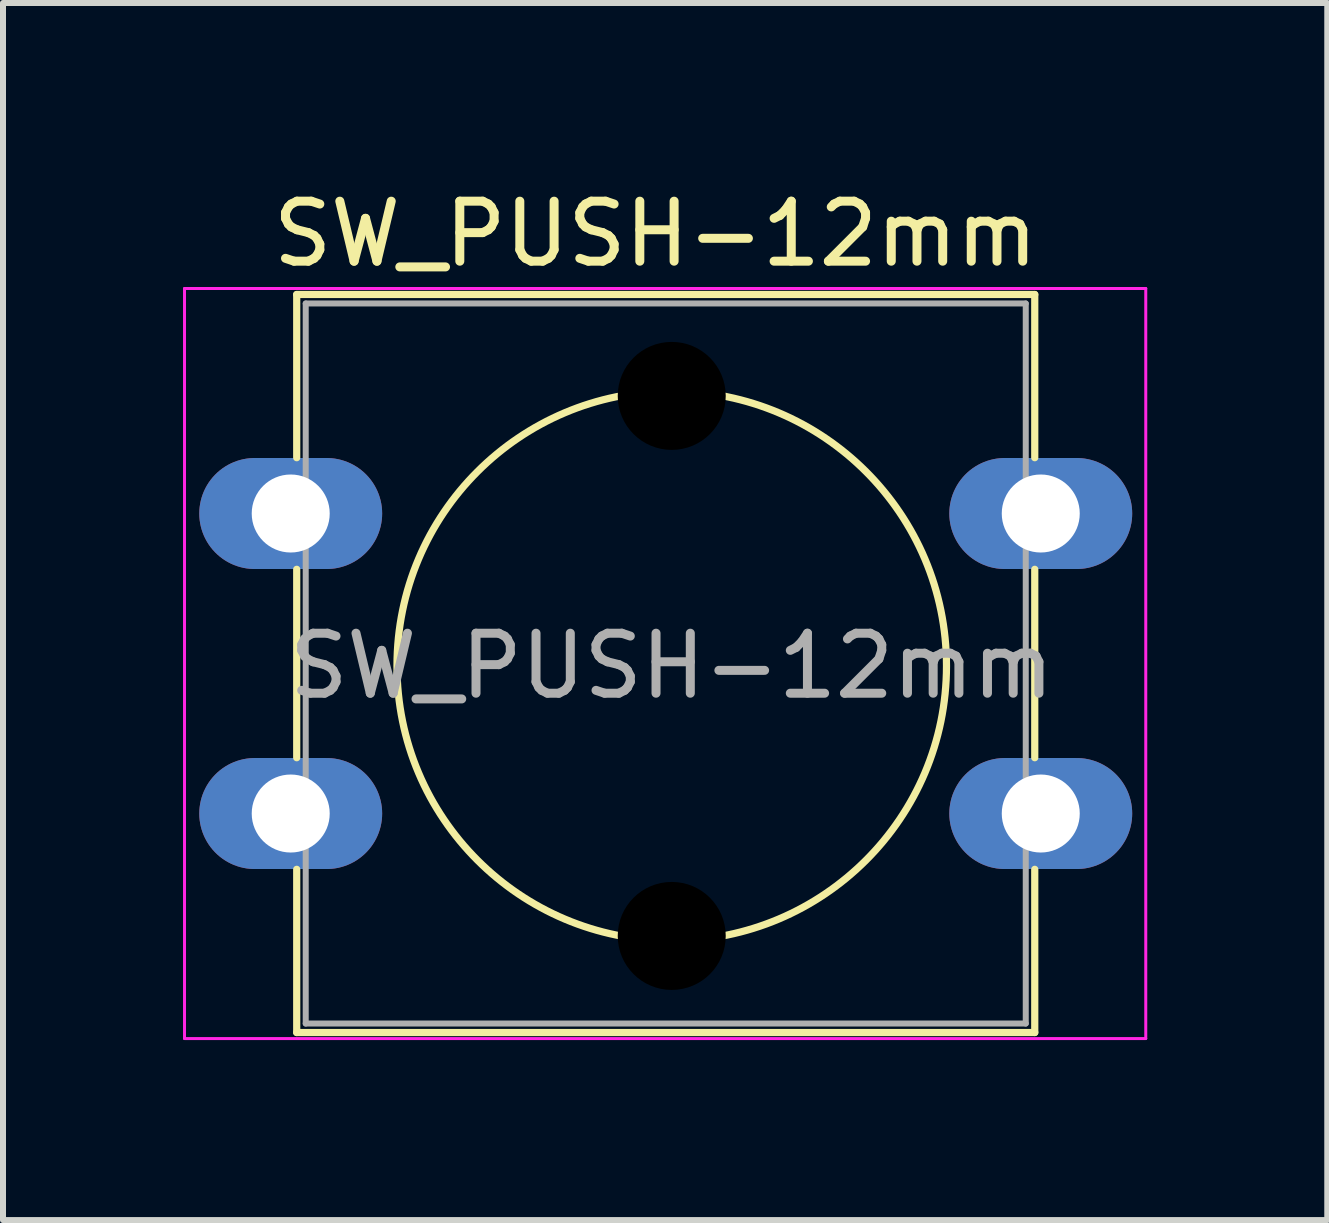
<source format=kicad_pcb>
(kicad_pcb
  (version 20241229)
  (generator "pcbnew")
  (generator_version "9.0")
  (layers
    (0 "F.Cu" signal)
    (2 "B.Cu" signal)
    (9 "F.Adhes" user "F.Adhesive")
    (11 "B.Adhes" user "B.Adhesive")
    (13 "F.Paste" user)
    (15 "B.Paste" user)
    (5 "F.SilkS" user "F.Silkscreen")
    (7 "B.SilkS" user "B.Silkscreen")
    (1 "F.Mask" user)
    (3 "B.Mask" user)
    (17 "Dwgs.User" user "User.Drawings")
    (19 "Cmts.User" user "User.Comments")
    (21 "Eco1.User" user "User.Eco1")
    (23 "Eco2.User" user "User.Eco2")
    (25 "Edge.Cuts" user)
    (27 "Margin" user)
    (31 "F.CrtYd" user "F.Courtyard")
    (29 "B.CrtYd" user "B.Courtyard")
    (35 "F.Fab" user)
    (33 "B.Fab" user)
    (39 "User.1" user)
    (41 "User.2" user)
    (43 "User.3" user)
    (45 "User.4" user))
  (footprint "SW_PUSH-12mm"
    (layer "F.Cu")
    (at 8.145 8.048)
    (property "Reference" "SW_PUSH-12mm" (at -0.27 -7.2 0) (layer "F.SilkS") (effects (font (size 1 1) (thickness 0.15))))
    (attr through_hole)
    (fp_line (start -6.25 -6.19) (end 6.05 -6.19) (stroke (width 0.12) (type solid)) (layer "F.SilkS"))
    (fp_line (start -6.25 -3.47) (end -6.25 -6.19) (stroke (width 0.12) (type solid)) (layer "F.SilkS"))
    (fp_line (start -6.25 1.53) (end -6.25 -1.61) (stroke (width 0.12) (type solid)) (layer "F.SilkS"))
    (fp_line (start -6.25 6.11) (end -6.25 3.39) (stroke (width 0.12) (type solid)) (layer "F.SilkS"))
    (fp_line (start 6.05 -6.19) (end 6.05 -3.47) (stroke (width 0.12) (type solid)) (layer "F.SilkS"))
    (fp_line (start 6.05 -1.61) (end 6.05 1.53) (stroke (width 0.12) (type solid)) (layer "F.SilkS"))
    (fp_line (start 6.05 3.39) (end 6.05 6.11) (stroke (width 0.12) (type solid)) (layer "F.SilkS"))
    (fp_line (start 6.05 6.11) (end -6.25 6.11) (stroke (width 0.12) (type solid)) (layer "F.SilkS"))
    (fp_circle (center 0 0) (end 3.81 2.54) (stroke (width 0.12) (type solid)) (fill no) (layer "F.SilkS"))
    (fp_line (start -8.12 -6.29) (end -8.12 6.21) (stroke (width 0.05) (type solid)) (layer "F.CrtYd"))
    (fp_line (start -8.12 -6.29) (end 7.9 -6.29) (stroke (width 0.05) (type solid)) (layer "F.CrtYd"))
    (fp_line (start 7.9 6.21) (end -8.12 6.21) (stroke (width 0.05) (type solid)) (layer "F.CrtYd"))
    (fp_line (start 7.9 6.21) (end 7.9 -6.29) (stroke (width 0.05) (type solid)) (layer "F.CrtYd"))
    (fp_line (start -6.1 -6.04) (end -6.1 5.96) (stroke (width 0.1) (type solid)) (layer "F.Fab"))
    (fp_line (start -6.1 -6.04) (end 5.9 -6.04) (stroke (width 0.1) (type solid)) (layer "F.Fab"))
    (fp_line (start -6.1 5.96) (end 5.9 5.96) (stroke (width 0.1) (type solid)) (layer "F.Fab"))
    (fp_line (start 5.9 -6.04) (end 5.9 5.96) (stroke (width 0.1) (type solid)) (layer "F.Fab"))
    (fp_text user "${REFERENCE}" (at 0 0 0) (layer "F.Fab") (effects (font (size 1 1) (thickness 0.15))))
    (pad "" np_thru_hole circle (at 0 -4.5) (size 1.8 1.8) (drill 1.8) (layers "*.Mask"))
    (pad "" np_thru_hole circle (at 0 4.5) (size 1.8 1.8) (drill 1.8) (layers "*.Mask"))
    (pad "1" thru_hole oval (at -6.35 -2.54) (size 3.048 1.85) (drill 1.3) (layers "*.Cu" "*.Mask"))
    (pad "1" thru_hole oval (at 6.15 -2.54) (size 3.048 1.85) (drill 1.3) (layers "*.Cu" "*.Mask"))
    (pad "2" thru_hole oval (at -6.35 2.46) (size 3.048 1.85) (drill 1.3) (layers "*.Cu" "*.Mask"))
    (pad "2" thru_hole oval (at 6.15 2.46) (size 3.048 1.85) (drill 1.3) (layers "*.Cu" "*.Mask")))
  (gr_rect
    (start -3 -3)
    (end 19.07 17.283)
    (stroke (width 0.1) (type default))
    (fill no)
    (layer "Edge.Cuts")))
</source>
